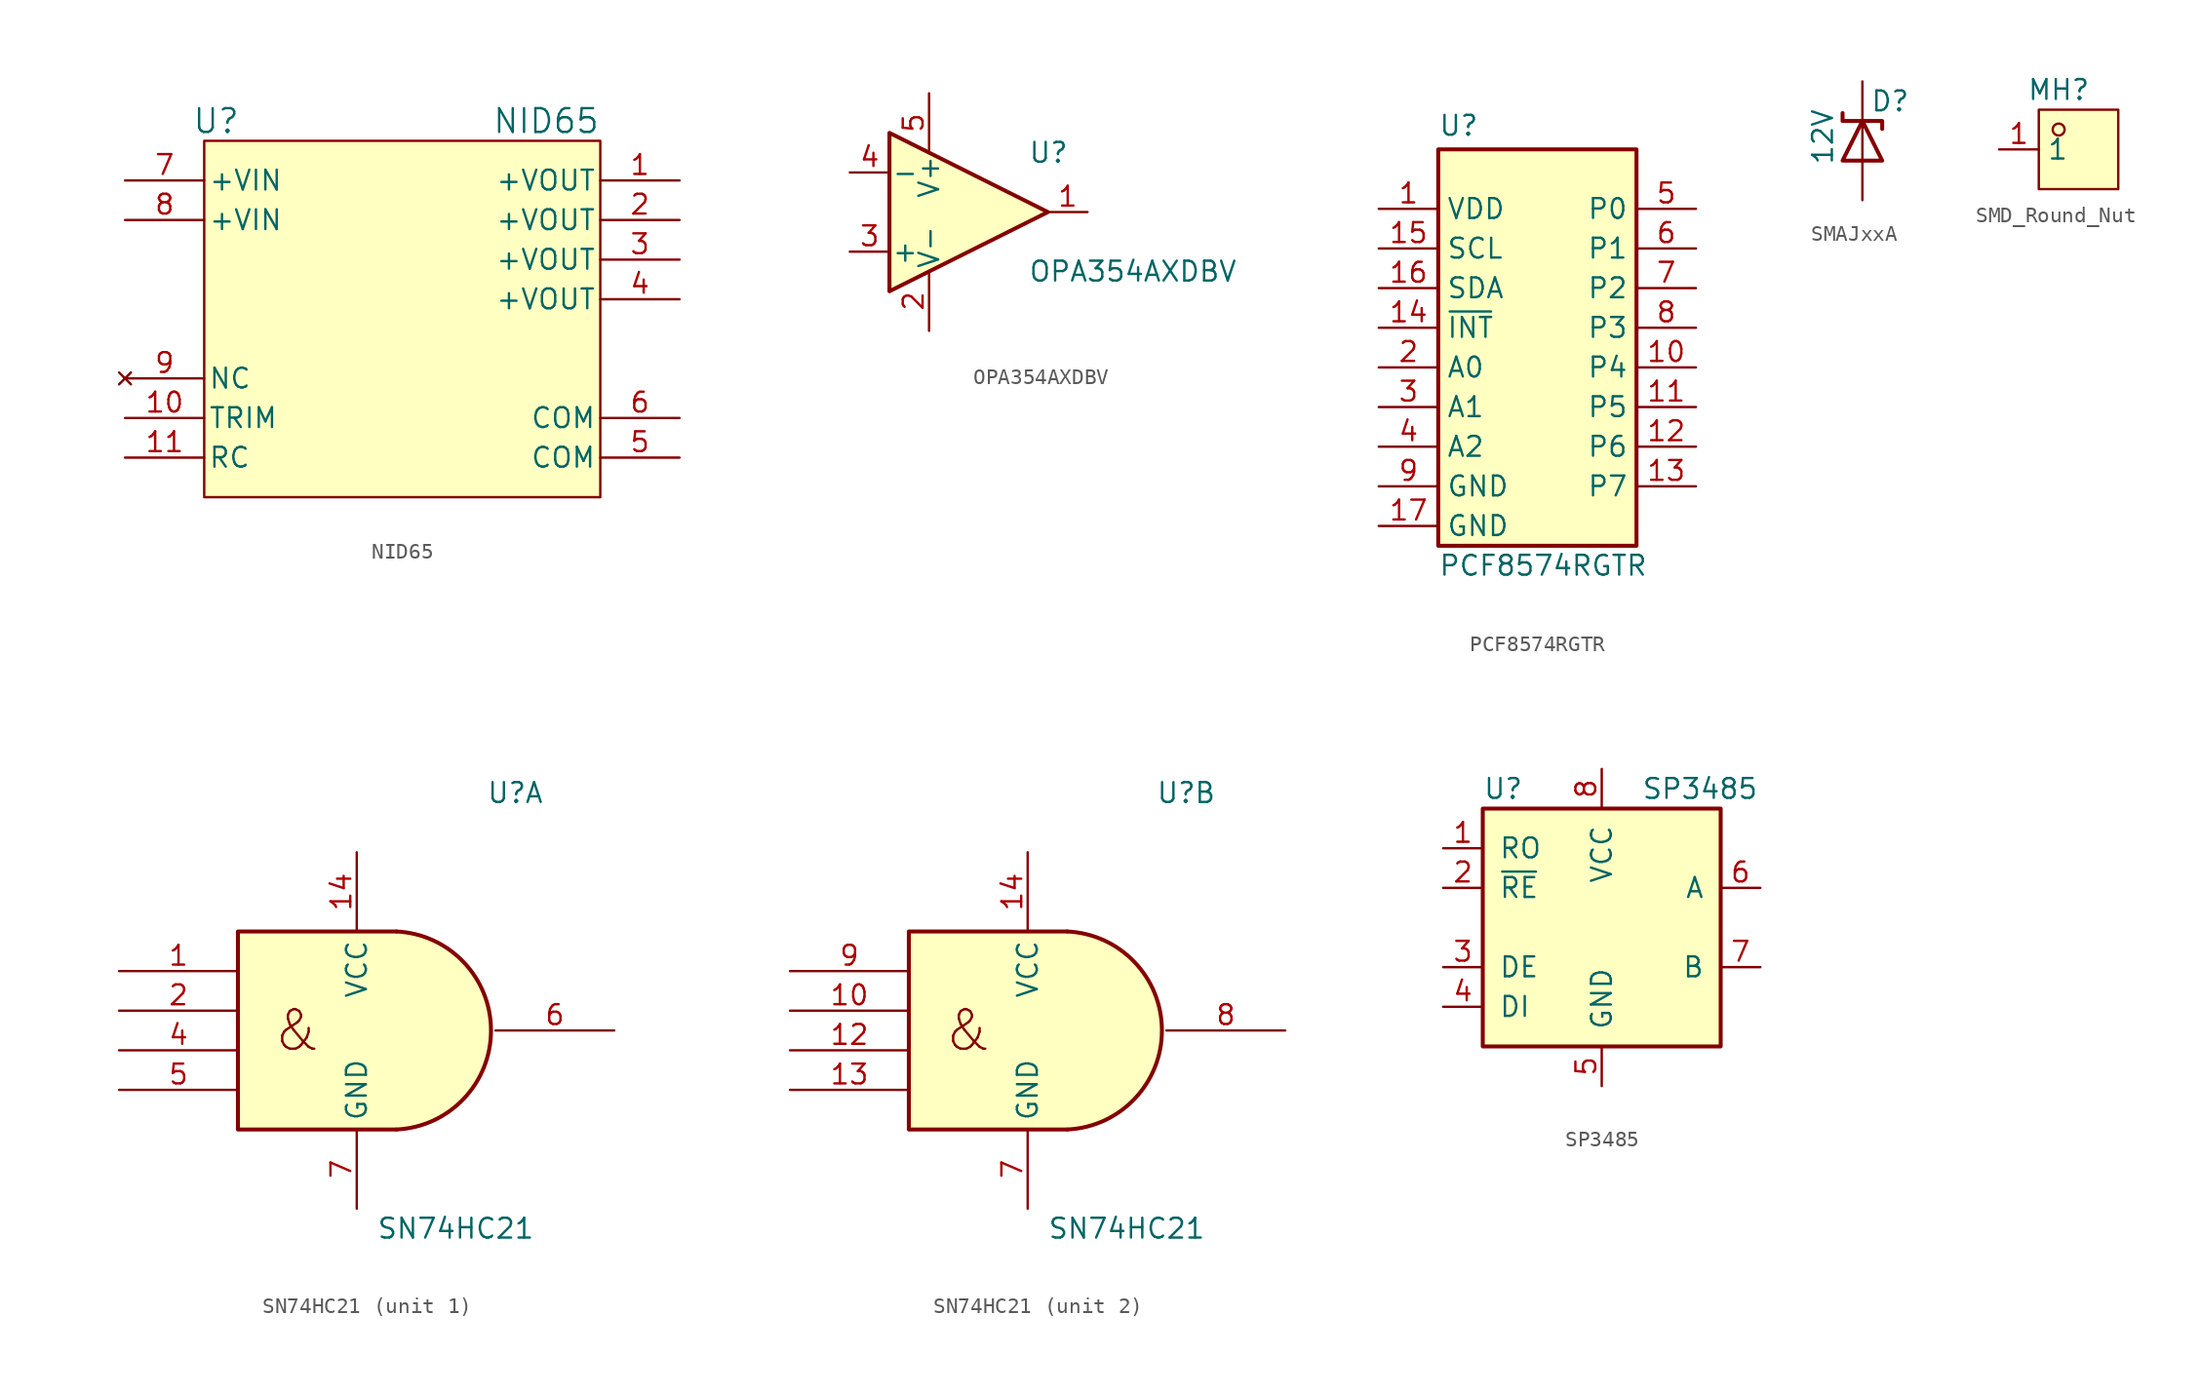
<source format=kicad_sym>
(kicad_symbol_lib
  (version 20241209)
  (generator "kicad_symbol_editor")
  (generator_version "9.0")
  (symbol "NID65"
    (pin_names
      (offset 0.254))
    (property "Reference" "U"
      (at 8.382 6.35 0)
      (effects (font (size 1.524 1.524))))
    (property "Value" "NID65"
      (at 33.02 6.35 0)
      (effects (font (size 1.524 1.524)) (justify right)))
    (symbol "NID65_0_1"
      (rectangle (start 7.62 5.08) (end 33.02 -17.78) (stroke (width 0) (type default)) (fill (type background)))
      (pin power_in line (at 2.54 2.54 0) (length 5.08) (name "+VIN" (effects (font (size 1.27 1.27)))) (number "7" (effects (font (size 1.27 1.27)))))
      (pin power_in line (at 2.54 0 0) (length 5.08) (name "+VIN" (effects (font (size 1.27 1.27)))) (number "8" (effects (font (size 1.27 1.27)))))
      (pin no_connect line (at 2.54 -10.16 0) (length 5.08) (name "NC" (effects (font (size 1.27 1.27)))) (number "9" (effects (font (size 1.27 1.27)))))
      (pin unspecified line (at 2.54 -12.7 0) (length 5.08) (name "TRIM" (effects (font (size 1.27 1.27)))) (number "10" (effects (font (size 1.27 1.27)))))
      (pin unspecified line (at 2.54 -15.24 0) (length 5.08) (name "RC" (effects (font (size 1.27 1.27)))) (number "11" (effects (font (size 1.27 1.27)))))
      (pin power_out line (at 38.1 2.54 180) (length 5.08) (name "+VOUT" (effects (font (size 1.27 1.27)))) (number "1" (effects (font (size 1.27 1.27)))))
      (pin power_out line (at 38.1 0 180) (length 5.08) (name "+VOUT" (effects (font (size 1.27 1.27)))) (number "2" (effects (font (size 1.27 1.27)))))
      (pin power_out line (at 38.1 -2.54 180) (length 5.08) (name "+VOUT" (effects (font (size 1.27 1.27)))) (number "3" (effects (font (size 1.27 1.27)))))
      (pin power_out line (at 38.1 -5.08 180) (length 5.08) (name "+VOUT" (effects (font (size 1.27 1.27)))) (number "4" (effects (font (size 1.27 1.27)))))
      (pin unspecified line (at 38.1 -12.7 180) (length 5.08) (name "COM" (effects (font (size 1.27 1.27)))) (number "6" (effects (font (size 1.27 1.27)))))
      (pin unspecified line (at 38.1 -15.24 180) (length 5.08) (name "COM" (effects (font (size 1.27 1.27)))) (number "5" (effects (font (size 1.27 1.27)))))))
  (symbol "OPA354AXDBV"
    (pin_names
      (offset 0.127))
    (property "Reference" "U"
      (at 3.81 3.81 0)
      (effects (font (size 1.27 1.27)) (justify left)))
    (property "Value" "OPA354AXDBV"
      (at 3.81 -3.81 0)
      (effects (font (size 1.27 1.27)) (justify left)))
    (symbol "OPA354AXDBV_0_1"
      (polyline (pts (xy -5.08 5.08) (xy 5.08 0) (xy -5.08 -5.08) (xy -5.08 5.08)) (stroke (width 0.254) (type default)) (fill (type background))))
    (symbol "OPA354AXDBV_1_1"
      (pin passive line (at -7.62 2.54 0) (length 2.54) (name "-" (effects (font (size 1.27 1.27)))) (number "4" (effects (font (size 1.27 1.27)))))
      (pin passive line (at -7.62 -2.54 0) (length 2.54) (name "+" (effects (font (size 1.27 1.27)))) (number "3" (effects (font (size 1.27 1.27)))))
      (pin power_in line (at -2.54 7.62 270) (length 3.81) (name "V+" (effects (font (size 1.27 1.27)))) (number "5" (effects (font (size 1.27 1.27)))))
      (pin power_in line (at -2.54 -7.62 90) (length 3.81) (name "V-" (effects (font (size 1.27 1.27)))) (number "2" (effects (font (size 1.27 1.27)))))
      (pin no_connect line (at 0 -5.08 90) (length 2.54) (hide yes) (name "NC" (effects (font (size 1.27 1.27)))) (number "6" (effects (font (size 1.27 1.27)))))
      (pin passive line (at 7.62 0 180) (length 2.54) (name "~" (effects (font (size 1.27 1.27)))) (number "1" (effects (font (size 1.27 1.27)))))))
  (symbol "PCF8574RGTR"
    (property "Reference" "U"
      (at -6.35 12.954 0)
      (effects (font (size 1.27 1.27)) (justify left)))
    (property "Value" "PCF8574RGTR"
      (at -6.35 -15.24 0)
      (effects (font (size 1.27 1.27)) (justify left)))
    (symbol "PCF8574RGTR_0_1"
      (rectangle (start -6.35 11.43) (end 6.35 -13.97) (stroke (width 0.254) (type default)) (fill (type background))))
    (symbol "PCF8574RGTR_1_1"
      (pin power_in line (at -10.16 7.62 0) (length 3.81) (name "VDD" (effects (font (size 1.27 1.27)))) (number "1" (effects (font (size 1.27 1.27)))))
      (pin input line (at -10.16 5.08 0) (length 3.81) (name "SCL" (effects (font (size 1.27 1.27)))) (number "15" (effects (font (size 1.27 1.27)))))
      (pin bidirectional line (at -10.16 2.54 0) (length 3.81) (name "SDA" (effects (font (size 1.27 1.27)))) (number "16" (effects (font (size 1.27 1.27)))))
      (pin open_collector line (at -10.16 0 0) (length 3.81) (name "~{INT}" (effects (font (size 1.27 1.27)))) (number "14" (effects (font (size 1.27 1.27)))))
      (pin input line (at -10.16 -2.54 0) (length 3.81) (name "A0" (effects (font (size 1.27 1.27)))) (number "2" (effects (font (size 1.27 1.27)))))
      (pin input line (at -10.16 -5.08 0) (length 3.81) (name "A1" (effects (font (size 1.27 1.27)))) (number "3" (effects (font (size 1.27 1.27)))))
      (pin input line (at -10.16 -7.62 0) (length 3.81) (name "A2" (effects (font (size 1.27 1.27)))) (number "4" (effects (font (size 1.27 1.27)))))
      (pin power_in line (at -10.16 -10.16 0) (length 3.81) (name "GND" (effects (font (size 1.27 1.27)))) (number "9" (effects (font (size 1.27 1.27)))))
      (pin power_in line (at -10.16 -12.7 0) (length 3.81) (name "GND" (effects (font (size 1.27 1.27)))) (number "17" (effects (font (size 1.27 1.27)))))
      (pin bidirectional line (at 10.16 7.62 180) (length 3.81) (name "P0" (effects (font (size 1.27 1.27)))) (number "5" (effects (font (size 1.27 1.27)))))
      (pin bidirectional line (at 10.16 5.08 180) (length 3.81) (name "P1" (effects (font (size 1.27 1.27)))) (number "6" (effects (font (size 1.27 1.27)))))
      (pin bidirectional line (at 10.16 2.54 180) (length 3.81) (name "P2" (effects (font (size 1.27 1.27)))) (number "7" (effects (font (size 1.27 1.27)))))
      (pin bidirectional line (at 10.16 0 180) (length 3.81) (name "P3" (effects (font (size 1.27 1.27)))) (number "8" (effects (font (size 1.27 1.27)))))
      (pin bidirectional line (at 10.16 -2.54 180) (length 3.81) (name "P4" (effects (font (size 1.27 1.27)))) (number "10" (effects (font (size 1.27 1.27)))))
      (pin bidirectional line (at 10.16 -5.08 180) (length 3.81) (name "P5" (effects (font (size 1.27 1.27)))) (number "11" (effects (font (size 1.27 1.27)))))
      (pin bidirectional line (at 10.16 -7.62 180) (length 3.81) (name "P6" (effects (font (size 1.27 1.27)))) (number "12" (effects (font (size 1.27 1.27)))))
      (pin bidirectional line (at 10.16 -10.16 180) (length 3.81) (name "P7" (effects (font (size 1.27 1.27)))) (number "13" (effects (font (size 1.27 1.27)))))))
  (symbol "SMAJxxA"
    (pin_numbers
      (hide yes))
    (pin_names
      (offset 1.016)
      (hide yes))
    (property "Reference" "D"
      (at 1.778 2.54 0)
      (effects (font (size 1.27 1.27))))
    (property "Value" "12V"
      (at -2.54 0.254 90)
      (effects (font (size 1.27 1.27))))
    (symbol "SMAJxxA_0_1"
      (polyline (pts (xy 0 1.27) (xy 0 1.27) (xy 1.27 -1.27) (xy -1.27 -1.27) (xy 0 1.27)) (stroke (width 0.254) (type default)) (fill (type none)))
      (polyline (pts (xy 0 -1.27) (xy 0 1.27)) (stroke (width 0) (type default)) (fill (type none)))
      (polyline (pts (xy 1.27 0.762) (xy 1.27 1.27) (xy -1.27 1.27) (xy -1.27 1.778)) (stroke (width 0.254) (type default)) (fill (type none))))
    (symbol "SMAJxxA_1_1"
      (pin passive line (at 0 3.81 270) (length 2.54) (name "C" (effects (font (size 1.27 1.27)))) (number "1" (effects (font (size 1.27 1.27)))))
      (pin passive line (at 0 -3.81 90) (length 2.54) (name "A" (effects (font (size 1.27 1.27)))) (number "2" (effects (font (size 1.27 1.27)))))))
  (symbol "SMD_Round_Nut"
    (property "Reference" "MH"
      (at 0 3.81 0)
      (effects (font (size 1.27 1.27))))
    (symbol "SMD_Round_Nut_0_1"
      (rectangle (start -1.27 2.54) (end 3.81 -2.54) (stroke (width 0) (type default)) (fill (type background)))
      (circle (center 0 1.27) (radius 0.38) (stroke (width 0) (type default)) (fill (type none))))
    (symbol "SMD_Round_Nut_1_1"
      (pin passive line (at -3.81 0 0) (length 2.54) (name "1" (effects (font (size 1.27 1.27)))) (number "1" (effects (font (size 1.27 1.27)))))))
  (symbol "SN74HC21"
    (property "Reference" "U"
      (at 10.16 15.24 0)
      (effects (font (size 1.27 1.27))))
    (property "Value" "SN74HC21"
      (at 6.35 -12.7 0)
      (effects (font (size 1.27 1.27))))
    (symbol "SN74HC21_0_0"
      (text "&" (at -3.81 0 0) (effects (font (size 2.54 2.54)))))
    (symbol "SN74HC21_0_1"
      (arc (start 2.54 6.35) (mid 8.607 0) (end 2.54 -6.35) (stroke (width 0.254) (type default)) (fill (type background)))
      (polyline (pts (xy 2.54 -6.35) (xy -7.62 -6.35) (xy -7.62 6.35) (xy 2.54 6.35)) (stroke (width 0.254) (type default)) (fill (type background)))
      (pin power_in line (at 0 11.43 270) (length 5.08) (name "VCC" (effects (font (size 1.27 1.27)))) (number "14" (effects (font (size 1.27 1.27)))))
      (pin power_in line (at 0 -11.43 90) (length 5.08) (name "GND" (effects (font (size 1.27 1.27)))) (number "7" (effects (font (size 1.27 1.27))))))
    (symbol "SN74HC21_1_1"
      (pin input line (at -15.24 3.81 0) (length 7.62) (name "~" (effects (font (size 1.27 1.27)))) (number "1" (effects (font (size 1.27 1.27)))))
      (pin input line (at -15.24 1.27 0) (length 7.62) (name "~" (effects (font (size 1.27 1.27)))) (number "2" (effects (font (size 1.27 1.27)))))
      (pin input line (at -15.24 -1.27 0) (length 7.62) (name "~" (effects (font (size 1.27 1.27)))) (number "4" (effects (font (size 1.27 1.27)))))
      (pin input line (at -15.24 -3.81 0) (length 7.62) (name "~" (effects (font (size 1.27 1.27)))) (number "5" (effects (font (size 1.27 1.27)))))
      (pin output line (at 16.51 0 180) (length 7.62) (name "~" (effects (font (size 1.27 1.27)))) (number "6" (effects (font (size 1.27 1.27))))))
    (symbol "SN74HC21_2_1"
      (pin input line (at -15.24 3.81 0) (length 7.62) (name "~" (effects (font (size 1.27 1.27)))) (number "9" (effects (font (size 1.27 1.27)))))
      (pin input line (at -15.24 1.27 0) (length 7.62) (name "~" (effects (font (size 1.27 1.27)))) (number "10" (effects (font (size 1.27 1.27)))))
      (pin input line (at -15.24 -1.27 0) (length 7.62) (name "~" (effects (font (size 1.27 1.27)))) (number "12" (effects (font (size 1.27 1.27)))))
      (pin input line (at -15.24 -3.81 0) (length 7.62) (name "~" (effects (font (size 1.27 1.27)))) (number "13" (effects (font (size 1.27 1.27)))))
      (pin output line (at 16.51 0 180) (length 7.62) (name "~" (effects (font (size 1.27 1.27)))) (number "8" (effects (font (size 1.27 1.27)))))))
  (symbol "SP3485"
    (pin_names
      (offset 1.016))
    (property "Reference" "U"
      (at -7.62 8.89 0)
      (effects (font (size 1.27 1.27)) (justify left)))
    (property "Value" "SP3485"
      (at 2.54 8.89 0)
      (effects (font (size 1.27 1.27)) (justify left)))
    (symbol "SP3485_0_1"
      (rectangle (start -7.62 7.62) (end 7.62 -7.62) (stroke (width 0.254) (type default)) (fill (type background))))
    (symbol "SP3485_1_1"
      (pin output line (at -10.16 5.08 0) (length 2.54) (name "RO" (effects (font (size 1.27 1.27)))) (number "1" (effects (font (size 1.27 1.27)))))
      (pin input line (at -10.16 2.54 0) (length 2.54) (name "~{RE}" (effects (font (size 1.27 1.27)))) (number "2" (effects (font (size 1.27 1.27)))))
      (pin input line (at -10.16 -2.54 0) (length 2.54) (name "DE" (effects (font (size 1.27 1.27)))) (number "3" (effects (font (size 1.27 1.27)))))
      (pin input line (at -10.16 -5.08 0) (length 2.54) (name "DI" (effects (font (size 1.27 1.27)))) (number "4" (effects (font (size 1.27 1.27)))))
      (pin power_in line (at 0 10.16 270) (length 2.54) (name "VCC" (effects (font (size 1.27 1.27)))) (number "8" (effects (font (size 1.27 1.27)))))
      (pin power_in line (at 0 -10.16 90) (length 2.54) (name "GND" (effects (font (size 1.27 1.27)))) (number "5" (effects (font (size 1.27 1.27)))))
      (pin bidirectional line (at 10.16 2.54 180) (length 2.54) (name "A" (effects (font (size 1.27 1.27)))) (number "6" (effects (font (size 1.27 1.27)))))
      (pin bidirectional line (at 10.16 -2.54 180) (length 2.54) (name "B" (effects (font (size 1.27 1.27)))) (number "7" (effects (font (size 1.27 1.27))))))))
</source>
